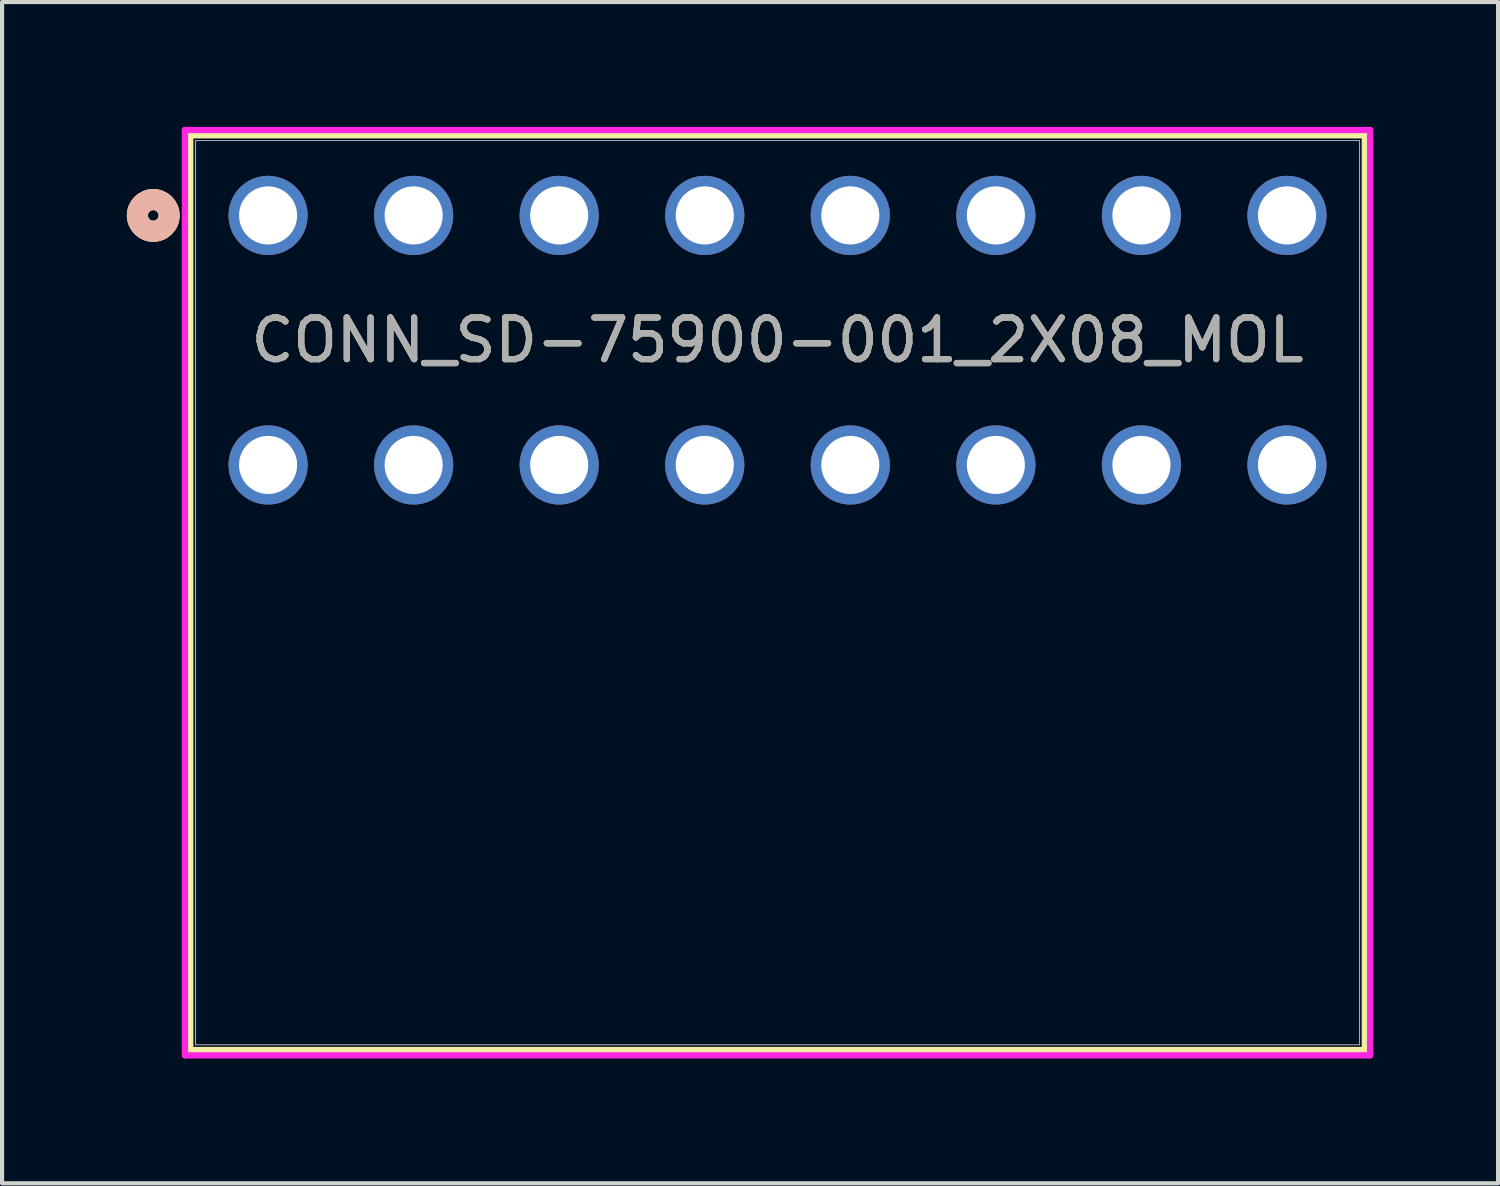
<source format=kicad_pcb>
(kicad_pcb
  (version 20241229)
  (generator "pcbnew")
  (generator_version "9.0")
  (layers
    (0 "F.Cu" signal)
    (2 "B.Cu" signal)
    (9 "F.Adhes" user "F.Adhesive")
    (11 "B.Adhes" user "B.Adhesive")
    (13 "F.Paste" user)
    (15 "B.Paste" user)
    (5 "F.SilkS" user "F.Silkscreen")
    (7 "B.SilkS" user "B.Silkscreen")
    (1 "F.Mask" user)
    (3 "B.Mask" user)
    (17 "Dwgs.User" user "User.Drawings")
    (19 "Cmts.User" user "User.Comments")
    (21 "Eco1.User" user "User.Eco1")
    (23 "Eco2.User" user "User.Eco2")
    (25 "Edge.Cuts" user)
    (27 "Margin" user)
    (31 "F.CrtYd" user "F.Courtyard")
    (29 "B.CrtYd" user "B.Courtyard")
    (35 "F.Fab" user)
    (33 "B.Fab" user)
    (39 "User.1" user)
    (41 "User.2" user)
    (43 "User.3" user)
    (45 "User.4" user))
  (footprint "CONN_SD-75900-001_2X08_MOL"
    (layer "F.Cu")
    (at 3.396 2.13)
    (property "Reference" "CONN_SD-75900-001_2X08_MOL" (at 12.25 3 0) (unlocked yes) (layer "F.SilkS") (effects (font (size 1 1) (thickness 0.15))))
    (attr through_hole)
    (fp_line (start -1.872 -1.927) (end -1.872 20.069) (stroke (width 0.152) (type solid)) (layer "F.SilkS"))
    (fp_line (start -1.872 20.069) (end 26.372 20.069) (stroke (width 0.152) (type solid)) (layer "F.SilkS"))
    (fp_line (start 26.372 -1.927) (end -1.872 -1.927) (stroke (width 0.152) (type solid)) (layer "F.SilkS"))
    (fp_line (start 26.372 20.069) (end 26.372 -1.927) (stroke (width 0.152) (type solid)) (layer "F.SilkS"))
    (fp_circle (center -2.761 0) (end -2.38 0) (stroke (width 0.508) (type solid)) (fill no) (layer "F.SilkS"))
    (fp_circle (center -2.761 0) (end -2.38 0) (stroke (width 0.508) (type solid)) (fill no) (layer "B.SilkS"))
    (fp_line (start -1.999 -2.054) (end -1.999 20.196) (stroke (width 0.152) (type solid)) (layer "F.CrtYd"))
    (fp_line (start -1.999 20.196) (end 26.499 20.196) (stroke (width 0.152) (type solid)) (layer "F.CrtYd"))
    (fp_line (start 26.499 -2.054) (end -1.999 -2.054) (stroke (width 0.152) (type solid)) (layer "F.CrtYd"))
    (fp_line (start 26.499 20.196) (end 26.499 -2.054) (stroke (width 0.152) (type solid)) (layer "F.CrtYd"))
    (fp_line (start -1.745 -1.8) (end -1.745 19.942) (stroke (width 0.025) (type solid)) (layer "F.Fab"))
    (fp_line (start -1.745 19.942) (end 26.245 19.942) (stroke (width 0.025) (type solid)) (layer "F.Fab"))
    (fp_line (start 26.245 -1.8) (end -1.745 -1.8) (stroke (width 0.025) (type solid)) (layer "F.Fab"))
    (fp_line (start 26.245 19.942) (end 26.245 -1.8) (stroke (width 0.025) (type solid)) (layer "F.Fab"))
    (fp_circle (center 0 0) (end 0.381 0) (stroke (width 0.508) (type solid)) (fill no) (layer "F.Fab"))
    (fp_text user "${REFERENCE}" (at 12.25 3 0) (unlocked yes) (layer "F.Fab") (effects (font (size 1 1) (thickness 0.15))))
    (pad "1" thru_hole circle (at 24.5 0) (size 1.905 1.905) (drill 1.397) (layers "*.Cu" "*.Mask"))
    (pad "2" thru_hole circle (at 21 0) (size 1.905 1.905) (drill 1.397) (layers "*.Cu" "*.Mask"))
    (pad "3" thru_hole circle (at 17.5 0) (size 1.905 1.905) (drill 1.397) (layers "*.Cu" "*.Mask"))
    (pad "4" thru_hole circle (at 14 0) (size 1.905 1.905) (drill 1.397) (layers "*.Cu" "*.Mask"))
    (pad "5" thru_hole circle (at 10.5 0) (size 1.905 1.905) (drill 1.397) (layers "*.Cu" "*.Mask"))
    (pad "6" thru_hole circle (at 7 0) (size 1.905 1.905) (drill 1.397) (layers "*.Cu" "*.Mask"))
    (pad "7" thru_hole circle (at 3.5 0) (size 1.905 1.905) (drill 1.397) (layers "*.Cu" "*.Mask"))
    (pad "8" thru_hole circle (at 0 0) (size 1.905 1.905) (drill 1.397) (layers "*.Cu" "*.Mask"))
    (pad "9" thru_hole circle (at 24.5 6) (size 1.905 1.905) (drill 1.397) (layers "*.Cu" "*.Mask"))
    (pad "10" thru_hole circle (at 21 6) (size 1.905 1.905) (drill 1.397) (layers "*.Cu" "*.Mask"))
    (pad "11" thru_hole circle (at 17.5 6) (size 1.905 1.905) (drill 1.397) (layers "*.Cu" "*.Mask"))
    (pad "12" thru_hole circle (at 14 6) (size 1.905 1.905) (drill 1.397) (layers "*.Cu" "*.Mask"))
    (pad "13" thru_hole circle (at 10.5 6) (size 1.905 1.905) (drill 1.397) (layers "*.Cu" "*.Mask"))
    (pad "14" thru_hole circle (at 7 6) (size 1.905 1.905) (drill 1.397) (layers "*.Cu" "*.Mask"))
    (pad "15" thru_hole circle (at 3.5 6) (size 1.905 1.905) (drill 1.397) (layers "*.Cu" "*.Mask"))
    (pad "16" thru_hole circle (at 0 6) (size 1.905 1.905) (drill 1.397) (layers "*.Cu" "*.Mask")))
  (gr_rect
    (start -3 -3)
    (end 32.972 25.403)
    (stroke (width 0.1) (type default))
    (fill no)
    (layer "Edge.Cuts")))
</source>
